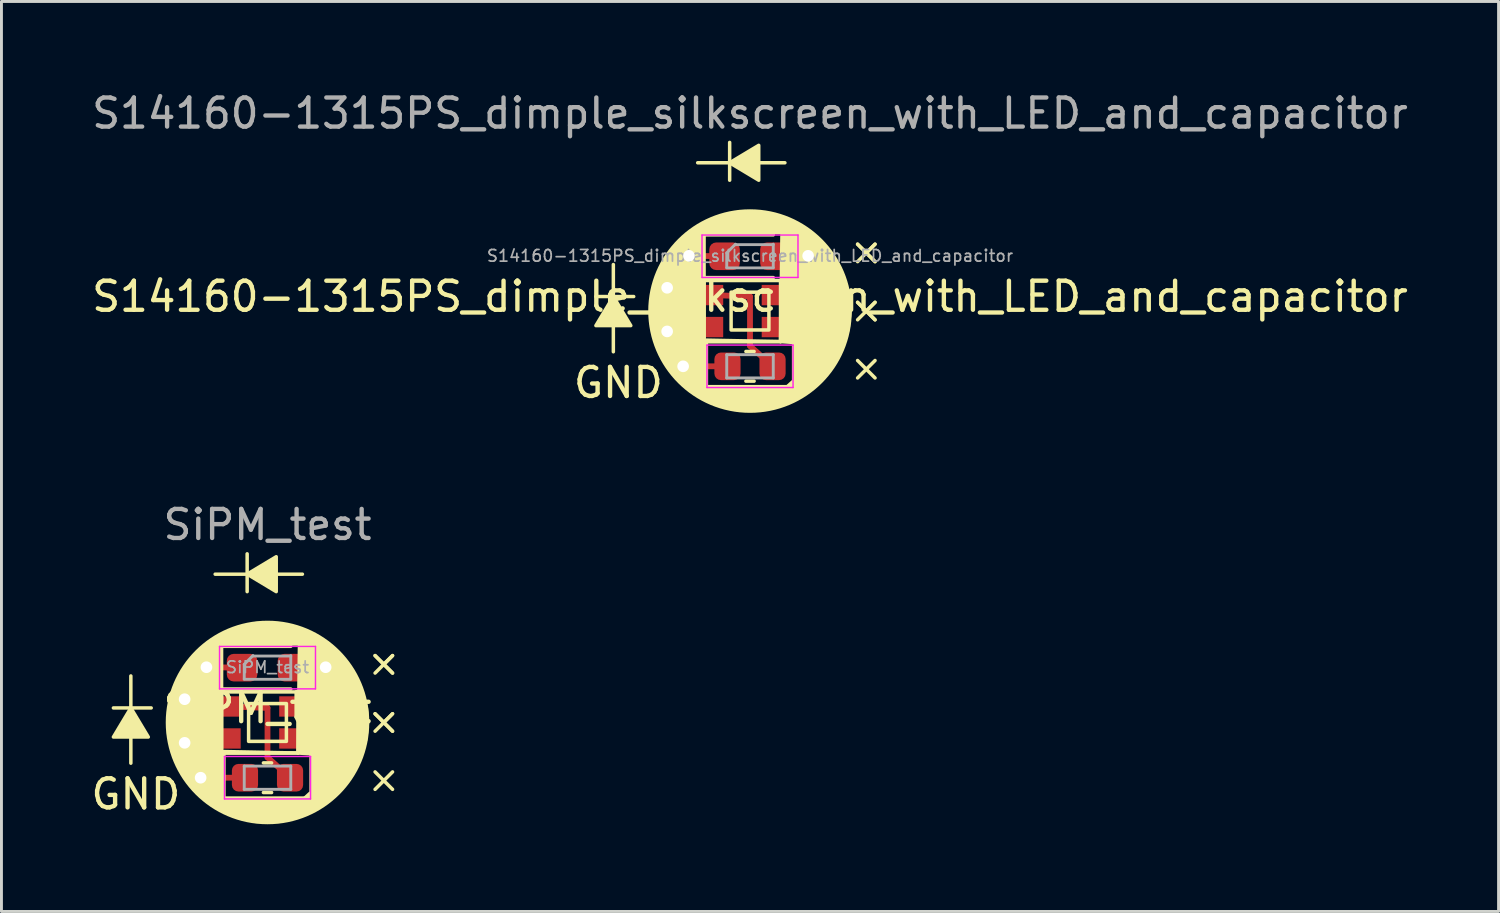
<source format=kicad_pcb>
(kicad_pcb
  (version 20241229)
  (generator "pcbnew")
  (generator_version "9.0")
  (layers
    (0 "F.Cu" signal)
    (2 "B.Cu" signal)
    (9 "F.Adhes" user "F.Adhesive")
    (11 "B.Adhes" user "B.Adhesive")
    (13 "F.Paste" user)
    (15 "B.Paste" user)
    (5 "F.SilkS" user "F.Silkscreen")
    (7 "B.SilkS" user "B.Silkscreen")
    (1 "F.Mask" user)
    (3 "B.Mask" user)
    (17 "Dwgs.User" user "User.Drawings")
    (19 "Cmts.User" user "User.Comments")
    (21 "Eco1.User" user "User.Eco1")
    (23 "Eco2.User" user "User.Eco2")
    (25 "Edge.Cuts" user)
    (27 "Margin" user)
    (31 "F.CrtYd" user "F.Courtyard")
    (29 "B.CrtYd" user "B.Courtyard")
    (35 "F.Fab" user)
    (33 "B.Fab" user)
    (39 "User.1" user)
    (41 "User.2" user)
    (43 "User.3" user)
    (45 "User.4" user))
  (footprint "SiPM_test"
    (layer "F.Cu")
    (at 6.15 21.797)
    (property "Reference" "SiPM_test" (at 0 -0.5 0) (unlocked yes) (layer "F.SilkS") (effects (font (size 1 1) (thickness 0.15))))
    (attr smd)
    (fp_line (start -2.85 -0.8) (end -2.3 -0.55) (stroke (width 0.2) (type default)) (layer "F.Cu"))
    (fp_line (start -2.85 0.7) (end -2.3 0.5) (stroke (width 0.2) (type default)) (layer "F.Cu"))
    (fp_line (start -2.3 -0.55) (end -1.272 -0.55) (stroke (width 0.2) (type default)) (layer "F.Cu"))
    (fp_line (start -2.1 -1.9) (end -0.875 -1.885) (stroke (width 0.2) (type default)) (layer "F.Cu"))
    (fp_line (start -1.272 -0.55) (end 0 -0.5) (stroke (width 0.2) (type default)) (layer "F.Cu"))
    (fp_line (start -1.272 0.5) (end -2.3 0.5) (stroke (width 0.2) (type default)) (layer "F.Cu"))
    (fp_line (start -0.775 1.9) (end -2.3 1.9) (stroke (width 0.2) (type default)) (layer "F.Cu"))
    (fp_line (start 0 -0.5) (end 0 1.2) (stroke (width 0.2) (type default)) (layer "F.Cu"))
    (fp_line (start 0 1.2) (end 0.775 1.9) (stroke (width 0.2) (type default)) (layer "F.Cu"))
    (fp_line (start 0.875 -1.885) (end 2 -1.9) (stroke (width 0.2) (type default)) (layer "F.Cu"))
    (fp_line (start -5.3 -0.5) (end -4 -0.5) (stroke (width 0.12) (type solid)) (layer "F.SilkS"))
    (fp_line (start -4.7 -1.6) (end -4.7 1.4) (stroke (width 0.12) (type solid)) (layer "F.SilkS"))
    (fp_line (start -1.8 -5.1) (end 1.2 -5.1) (stroke (width 0.12) (type solid)) (layer "F.SilkS"))
    (fp_line (start -1.66 -2.62) (end -1.66 -1.15) (stroke (width 0.12) (type solid)) (layer "F.SilkS"))
    (fp_line (start -1.66 -1.15) (end 0.8 -1.15) (stroke (width 0.12) (type solid)) (layer "F.SilkS"))
    (fp_line (start -1.58 1.05) (end -1.58 -1.05) (stroke (width 0.12) (type solid)) (layer "F.SilkS"))
    (fp_line (start -1.58 1.05) (end 1.05 1.05) (stroke (width 0.12) (type solid)) (layer "F.SilkS"))
    (fp_line (start -0.7 -4.5) (end -0.7 -5.8) (stroke (width 0.12) (type solid)) (layer "F.SilkS"))
    (fp_line (start -0.141 1.39) (end 0.141 1.39) (stroke (width 0.12) (type solid)) (layer "F.SilkS"))
    (fp_line (start -0.141 2.41) (end 0.141 2.41) (stroke (width 0.12) (type solid)) (layer "F.SilkS"))
    (fp_line (start 0.8 -2.62) (end -1.66 -2.62) (stroke (width 0.12) (type solid)) (layer "F.SilkS"))
    (fp_line (start 1.05 -1.05) (end -1.58 -1.05) (stroke (width 0.12) (type solid)) (layer "F.SilkS"))
    (fp_line (start 1.05 -1.05) (end 1.05 1.05) (stroke (width 0.12) (type solid)) (layer "F.SilkS"))
    (fp_line (start 3.7 -2.3) (end 4 -2) (stroke (width 0.12) (type solid)) (layer "F.SilkS"))
    (fp_line (start 3.7 -0.3) (end 4 0) (stroke (width 0.12) (type solid)) (layer "F.SilkS"))
    (fp_line (start 4 -2) (end 3.7 -2.3) (stroke (width 0.12) (type solid)) (layer "F.SilkS"))
    (fp_line (start 4 -2) (end 3.7 -1.7) (stroke (width 0.12) (type solid)) (layer "F.SilkS"))
    (fp_line (start 4 -2) (end 4.3 -2.3) (stroke (width 0.12) (type solid)) (layer "F.SilkS"))
    (fp_line (start 4 -2) (end 4.3 -1.7) (stroke (width 0.12) (type solid)) (layer "F.SilkS"))
    (fp_line (start 4 0) (end 3.7 -0.3) (stroke (width 0.12) (type solid)) (layer "F.SilkS"))
    (fp_line (start 4 0) (end 3.7 0.3) (stroke (width 0.12) (type solid)) (layer "F.SilkS"))
    (fp_line (start 4 0) (end 4.3 -0.3) (stroke (width 0.12) (type solid)) (layer "F.SilkS"))
    (fp_line (start 4 0) (end 4.3 0.3) (stroke (width 0.12) (type solid)) (layer "F.SilkS"))
    (fp_line (start 4 2) (end 3.7 1.7) (stroke (width 0.12) (type solid)) (layer "F.SilkS"))
    (fp_line (start 4 2) (end 3.7 2.3) (stroke (width 0.12) (type solid)) (layer "F.SilkS"))
    (fp_line (start 4 2) (end 4.3 1.7) (stroke (width 0.12) (type solid)) (layer "F.SilkS"))
    (fp_line (start 4 2) (end 4.3 2.3) (stroke (width 0.12) (type solid)) (layer "F.SilkS"))
    (fp_line (start 4.3 -2.3) (end 4 -2) (stroke (width 0.12) (type solid)) (layer "F.SilkS"))
    (fp_line (start 4.3 -1.7) (end 4 -2) (stroke (width 0.12) (type solid)) (layer "F.SilkS"))
    (fp_line (start 4.3 -0.3) (end 4 0) (stroke (width 0.12) (type solid)) (layer "F.SilkS"))
    (fp_line (start 4.3 0.3) (end 4 0) (stroke (width 0.12) (type solid)) (layer "F.SilkS"))
    (fp_circle (center 0 0) (end 3.44 0) (stroke (width 0.12) (type solid)) (fill no) (layer "F.SilkS"))
    (fp_poly (pts (xy -4.7 -0.5) (xy -5.3 0.5) (xy -4.1 0.5)) (stroke (width 0.12) (type solid)) (fill yes) (layer "F.SilkS"))
    (fp_poly (pts (xy -0.7 -5.1) (xy 0.3 -4.5) (xy 0.3 -5.7)) (stroke (width 0.12) (type solid)) (fill yes) (layer "F.SilkS"))
    (fp_poly (pts (xy -1.5 2.6) (xy 1.6 2.6) (xy 0.4 3.4) (xy -0.4 3.4)) (stroke (width 0.12) (type solid)) (fill yes) (layer "F.SilkS"))
    (fp_poly (pts (xy -0.65 -0.65) (xy 0.65 -0.65) (xy 0.65 0.65) (xy -0.65 0.65)) (stroke (width 0.12) (type solid)) (fill no) (layer "F.SilkS"))
    (fp_poly (pts (xy 1.05 1.05) (xy 1.8 1.1) (xy 1.7 -1.2) (xy 1.1 -2.7)) (stroke (width 0.12) (type solid)) (fill yes) (layer "F.SilkS"))
    (fp_poly (pts (xy 1.1 -3.2) (xy 1.3 -2.7) (xy -1.6 -2.7) (xy -1.58 -3) (xy -1.1 -3.2) (xy -0.4 -3.4) (xy 0.2 -3.4)) (stroke (width 0.12) (type solid)) (fill yes) (layer "F.SilkS"))
    (fp_poly (pts (xy -1.58 1.05) (xy 1.05 1.05) (xy -1.5 1) (xy -1.5 2.6) (xy -0.4 3.4) (xy -1.2 3.2) (xy -1.6 3) (xy -1.9 2.8) (xy -2.4 2.4) (xy -2.8 1.9) (xy -3.2 1.2) (xy -3.4 0.4) (xy -3.4 -0.2) (xy -3.2 -1.2) (xy -2.8 -1.9) (xy -2.3 -2.5) (xy -1.58 -3)) (stroke (width 0.12) (type solid)) (fill yes) (layer "F.SilkS"))
    (fp_poly (pts (xy 1.6 -3) (xy 2.1 -2.7) (xy 2.5 -2.3) (xy 2.9 -1.8) (xy 3.1 -1.4) (xy 3.2 -1.2) (xy 3.4 -0.5) (xy 3.44 0) (xy 3.375 0.6) (xy 3.2 1.2) (xy 2.8 1.9) (xy 2.2 2.6) (xy 1.6 3) (xy 1.2 3.2) (xy 0.4 3.4) (xy 1.5 2.4) (xy 1.5 1) (xy 1.1 -3.2)) (stroke (width 0.12) (type solid)) (fill yes) (layer "F.SilkS"))
    (fp_line (start -1.65 -2.615) (end 1.65 -2.615) (stroke (width 0.05) (type solid)) (layer "F.CrtYd"))
    (fp_line (start -1.65 -1.155) (end -1.65 -2.615) (stroke (width 0.05) (type solid)) (layer "F.CrtYd"))
    (fp_line (start -1.48 1.17) (end 1.48 1.17) (stroke (width 0.05) (type solid)) (layer "F.CrtYd"))
    (fp_line (start -1.48 2.63) (end -1.48 1.17) (stroke (width 0.05) (type solid)) (layer "F.CrtYd"))
    (fp_line (start 1.48 1.17) (end 1.48 2.63) (stroke (width 0.05) (type solid)) (layer "F.CrtYd"))
    (fp_line (start 1.48 2.63) (end -1.48 2.63) (stroke (width 0.05) (type solid)) (layer "F.CrtYd"))
    (fp_line (start 1.65 -2.615) (end 1.65 -1.155) (stroke (width 0.05) (type solid)) (layer "F.CrtYd"))
    (fp_line (start 1.65 -1.155) (end -1.65 -1.155) (stroke (width 0.05) (type solid)) (layer "F.CrtYd"))
    (fp_line (start -0.8 -2) (end -0.8 -1.5) (stroke (width 0.1) (type solid)) (layer "F.Fab"))
    (fp_line (start -0.8 -1.485) (end 0.8 -1.485) (stroke (width 0.1) (type solid)) (layer "F.Fab"))
    (fp_line (start -0.8 1.5) (end 0.8 1.5) (stroke (width 0.1) (type solid)) (layer "F.Fab"))
    (fp_line (start -0.8 2.3) (end -0.8 1.5) (stroke (width 0.1) (type solid)) (layer "F.Fab"))
    (fp_line (start -0.5 -2.3) (end -0.8 -2) (stroke (width 0.1) (type solid)) (layer "F.Fab"))
    (fp_line (start 0.8 -2.285) (end -0.5 -2.285) (stroke (width 0.1) (type solid)) (layer "F.Fab"))
    (fp_line (start 0.8 -1.5) (end 0.8 -2.3) (stroke (width 0.1) (type solid)) (layer "F.Fab"))
    (fp_line (start 0.8 1.5) (end 0.8 2.3) (stroke (width 0.1) (type solid)) (layer "F.Fab"))
    (fp_line (start 0.8 2.3) (end -0.8 2.3) (stroke (width 0.1) (type solid)) (layer "F.Fab"))
    (fp_text user "GND" (at -6.15 3.05 0) (unlocked yes) (layer "F.SilkS") (effects (font (size 1 1) (thickness 0.15)) (justify left bottom)))
    (fp_text user "${REFERENCE}" (at 0 -1.9 0) (layer "F.Fab") (effects (font (size 0.4 0.4) (thickness 0.06))))
    (fp_text user "${REFERENCE}" (at 0 -6.8 0) (unlocked yes) (layer "F.Fab") (effects (font (size 1 1) (thickness 0.15))))
    (pad "1" smd roundrect (at -0.875 -1.885) (size 1.05 0.95) (layers "F.Cu" "F.Mask" "F.Paste") (roundrect_rratio 0.25))
    (pad "2" smd roundrect (at -0.775 1.9) (size 0.9 0.95) (layers "F.Cu" "F.Mask" "F.Paste") (roundrect_rratio 0.25))
    (pad "3" smd rect (at 0.752 -0.55) (size 0.7 0.7) (layers "F.Cu" "F.Mask" "F.Paste"))
    (pad "4" smd rect (at -1.272 -0.55) (size 0.7 0.7) (layers "F.Cu" "F.Mask" "F.Paste"))
    (pad "5" smd roundrect (at 0.775 1.9) (size 0.9 0.95) (layers "F.Cu" "F.Mask" "F.Paste") (roundrect_rratio 0.25))
    (pad "6" smd roundrect (at 0.875 -1.885) (size 1.05 0.95) (layers "F.Cu" "F.Mask" "F.Paste") (roundrect_rratio 0.25))
    (pad "7" smd rect (at -1.272 0.55) (size 0.7 0.7) (layers "F.Cu" "F.Mask" "F.Paste"))
    (pad "8" smd rect (at 0.752 0.55) (size 0.7 0.7) (layers "F.Cu" "F.Mask" "F.Paste"))
    (pad "9" thru_hole circle (at -2.1 -1.9) (size 0.8 0.8) (drill 0.4) (layers "*.Cu"))
    (pad "10" thru_hole circle (at 2 -1.9) (size 0.8 0.8) (drill 0.4) (layers "*.Cu"))
    (pad "11" thru_hole circle (at -2.85 -0.8) (size 0.8 0.8) (drill 0.4) (layers "*.Cu"))
    (pad "12" thru_hole circle (at -2.85 0.7) (size 0.8 0.8) (drill 0.4) (layers "*.Cu"))
    (pad "13" thru_hole circle (at -2.3 1.9) (size 0.8 0.8) (drill 0.4) (layers "*.Cu")))
  (footprint "S14160-1315PS_dimple_silkscreen_with_LED_and_capacitor"
    (layer "F.Cu")
    (at 22.744 7.648)
    (property "Reference" "S14160-1315PS_dimple_silkscreen_with_LED_and_capacitor" (at 0 -0.5 0) (unlocked yes) (layer "F.SilkS") (effects (font (size 1 1) (thickness 0.15))))
    (attr smd)
    (fp_line (start -2.85 -0.8) (end -2.3 -0.55) (stroke (width 0.2) (type default)) (layer "F.Cu"))
    (fp_line (start -2.85 0.7) (end -2.3 0.5) (stroke (width 0.2) (type default)) (layer "F.Cu"))
    (fp_line (start -2.3 -0.55) (end -1.272 -0.55) (stroke (width 0.2) (type default)) (layer "F.Cu"))
    (fp_line (start -2.1 -1.9) (end -0.875 -1.885) (stroke (width 0.2) (type default)) (layer "F.Cu"))
    (fp_line (start -1.272 -0.55) (end 0 -0.5) (stroke (width 0.2) (type default)) (layer "F.Cu"))
    (fp_line (start -1.272 0.5) (end -2.3 0.5) (stroke (width 0.2) (type default)) (layer "F.Cu"))
    (fp_line (start -0.775 1.9) (end -2.3 1.9) (stroke (width 0.2) (type default)) (layer "F.Cu"))
    (fp_line (start 0 -0.5) (end 0 1.2) (stroke (width 0.2) (type default)) (layer "F.Cu"))
    (fp_line (start 0 1.2) (end 0.775 1.9) (stroke (width 0.2) (type default)) (layer "F.Cu"))
    (fp_line (start 0.875 -1.885) (end 2 -1.9) (stroke (width 0.2) (type default)) (layer "F.Cu"))
    (fp_line (start -5.3 -0.5) (end -4 -0.5) (stroke (width 0.12) (type solid)) (layer "F.SilkS"))
    (fp_line (start -4.7 -1.6) (end -4.7 1.4) (stroke (width 0.12) (type solid)) (layer "F.SilkS"))
    (fp_line (start -1.8 -5.1) (end 1.2 -5.1) (stroke (width 0.12) (type solid)) (layer "F.SilkS"))
    (fp_line (start -1.66 -2.62) (end -1.66 -1.15) (stroke (width 0.12) (type solid)) (layer "F.SilkS"))
    (fp_line (start -1.66 -1.15) (end 0.8 -1.15) (stroke (width 0.12) (type solid)) (layer "F.SilkS"))
    (fp_line (start -1.58 1.05) (end -1.58 -1.05) (stroke (width 0.12) (type solid)) (layer "F.SilkS"))
    (fp_line (start -1.58 1.05) (end 1.05 1.05) (stroke (width 0.12) (type solid)) (layer "F.SilkS"))
    (fp_line (start -0.7 -4.5) (end -0.7 -5.8) (stroke (width 0.12) (type solid)) (layer "F.SilkS"))
    (fp_line (start -0.141 1.39) (end 0.141 1.39) (stroke (width 0.12) (type solid)) (layer "F.SilkS"))
    (fp_line (start -0.141 2.41) (end 0.141 2.41) (stroke (width 0.12) (type solid)) (layer "F.SilkS"))
    (fp_line (start 0.8 -2.62) (end -1.66 -2.62) (stroke (width 0.12) (type solid)) (layer "F.SilkS"))
    (fp_line (start 1.05 -1.05) (end -1.58 -1.05) (stroke (width 0.12) (type solid)) (layer "F.SilkS"))
    (fp_line (start 1.05 -1.05) (end 1.05 1.05) (stroke (width 0.12) (type solid)) (layer "F.SilkS"))
    (fp_line (start 3.7 -2.3) (end 4 -2) (stroke (width 0.12) (type solid)) (layer "F.SilkS"))
    (fp_line (start 3.7 -0.3) (end 4 0) (stroke (width 0.12) (type solid)) (layer "F.SilkS"))
    (fp_line (start 4 -2) (end 3.7 -2.3) (stroke (width 0.12) (type solid)) (layer "F.SilkS"))
    (fp_line (start 4 -2) (end 3.7 -1.7) (stroke (width 0.12) (type solid)) (layer "F.SilkS"))
    (fp_line (start 4 -2) (end 4.3 -2.3) (stroke (width 0.12) (type solid)) (layer "F.SilkS"))
    (fp_line (start 4 -2) (end 4.3 -1.7) (stroke (width 0.12) (type solid)) (layer "F.SilkS"))
    (fp_line (start 4 0) (end 3.7 -0.3) (stroke (width 0.12) (type solid)) (layer "F.SilkS"))
    (fp_line (start 4 0) (end 3.7 0.3) (stroke (width 0.12) (type solid)) (layer "F.SilkS"))
    (fp_line (start 4 0) (end 4.3 -0.3) (stroke (width 0.12) (type solid)) (layer "F.SilkS"))
    (fp_line (start 4 0) (end 4.3 0.3) (stroke (width 0.12) (type solid)) (layer "F.SilkS"))
    (fp_line (start 4 2) (end 3.7 1.7) (stroke (width 0.12) (type solid)) (layer "F.SilkS"))
    (fp_line (start 4 2) (end 3.7 2.3) (stroke (width 0.12) (type solid)) (layer "F.SilkS"))
    (fp_line (start 4 2) (end 4.3 1.7) (stroke (width 0.12) (type solid)) (layer "F.SilkS"))
    (fp_line (start 4 2) (end 4.3 2.3) (stroke (width 0.12) (type solid)) (layer "F.SilkS"))
    (fp_line (start 4.3 -2.3) (end 4 -2) (stroke (width 0.12) (type solid)) (layer "F.SilkS"))
    (fp_line (start 4.3 -1.7) (end 4 -2) (stroke (width 0.12) (type solid)) (layer "F.SilkS"))
    (fp_line (start 4.3 -0.3) (end 4 0) (stroke (width 0.12) (type solid)) (layer "F.SilkS"))
    (fp_line (start 4.3 0.3) (end 4 0) (stroke (width 0.12) (type solid)) (layer "F.SilkS"))
    (fp_rect (start -0.65 -0.65) (end 0.65 0.65) (stroke (width 0.12) (type solid)) (fill no) (layer "F.SilkS"))
    (fp_circle (center 0 0) (end 3.44 0) (stroke (width 0.12) (type solid)) (fill no) (layer "F.SilkS"))
    (fp_poly (pts (xy -4.7 -0.5) (xy -5.3 0.5) (xy -4.1 0.5)) (stroke (width 0.12) (type solid)) (fill yes) (layer "F.SilkS"))
    (fp_poly (pts (xy -0.7 -5.1) (xy 0.3 -4.5) (xy 0.3 -5.7)) (stroke (width 0.12) (type solid)) (fill yes) (layer "F.SilkS"))
    (fp_poly (pts (xy -1.5 2.6) (xy 1.6 2.6) (xy 0.4 3.4) (xy -0.4 3.4)) (stroke (width 0.12) (type solid)) (fill yes) (layer "F.SilkS"))
    (fp_poly (pts (xy 1.05 1.05) (xy 1.8 1.1) (xy 1.7 -1.2) (xy 1.1 -2.7)) (stroke (width 0.12) (type solid)) (fill yes) (layer "F.SilkS"))
    (fp_poly (pts (xy 1.1 -3.2) (xy 1.3 -2.7) (xy -1.6 -2.7) (xy -1.58 -3) (xy -1.1 -3.2) (xy -0.4 -3.4) (xy 0.2 -3.4)) (stroke (width 0.12) (type solid)) (fill yes) (layer "F.SilkS"))
    (fp_poly (pts (xy -1.58 1.05) (xy 1.05 1.05) (xy -1.5 1) (xy -1.5 2.6) (xy -0.4 3.4) (xy -1.2 3.2) (xy -1.6 3) (xy -1.9 2.8) (xy -2.4 2.4) (xy -2.8 1.9) (xy -3.2 1.2) (xy -3.4 0.4) (xy -3.4 -0.2) (xy -3.2 -1.2) (xy -2.8 -1.9) (xy -2.3 -2.5) (xy -1.58 -3)) (stroke (width 0.12) (type solid)) (fill yes) (layer "F.SilkS"))
    (fp_poly (pts (xy 1.6 -3) (xy 2.1 -2.7) (xy 2.5 -2.3) (xy 2.9 -1.8) (xy 3.1 -1.4) (xy 3.2 -1.2) (xy 3.4 -0.5) (xy 3.44 0) (xy 3.375 0.6) (xy 3.2 1.2) (xy 2.8 1.9) (xy 2.2 2.6) (xy 1.6 3) (xy 1.2 3.2) (xy 0.4 3.4) (xy 1.5 2.4) (xy 1.5 1) (xy 1.1 -3.2)) (stroke (width 0.12) (type solid)) (fill yes) (layer "F.SilkS"))
    (fp_line (start -1.65 -2.615) (end 1.65 -2.615) (stroke (width 0.05) (type solid)) (layer "F.CrtYd"))
    (fp_line (start -1.65 -1.155) (end -1.65 -2.615) (stroke (width 0.05) (type solid)) (layer "F.CrtYd"))
    (fp_line (start -1.48 1.17) (end 1.48 1.17) (stroke (width 0.05) (type solid)) (layer "F.CrtYd"))
    (fp_line (start -1.48 2.63) (end -1.48 1.17) (stroke (width 0.05) (type solid)) (layer "F.CrtYd"))
    (fp_line (start 1.48 1.17) (end 1.48 2.63) (stroke (width 0.05) (type solid)) (layer "F.CrtYd"))
    (fp_line (start 1.48 2.63) (end -1.48 2.63) (stroke (width 0.05) (type solid)) (layer "F.CrtYd"))
    (fp_line (start 1.65 -2.615) (end 1.65 -1.155) (stroke (width 0.05) (type solid)) (layer "F.CrtYd"))
    (fp_line (start 1.65 -1.155) (end -1.65 -1.155) (stroke (width 0.05) (type solid)) (layer "F.CrtYd"))
    (fp_line (start -0.8 -2) (end -0.8 -1.5) (stroke (width 0.1) (type solid)) (layer "F.Fab"))
    (fp_line (start -0.8 -1.485) (end 0.8 -1.485) (stroke (width 0.1) (type solid)) (layer "F.Fab"))
    (fp_line (start -0.8 1.5) (end 0.8 1.5) (stroke (width 0.1) (type solid)) (layer "F.Fab"))
    (fp_line (start -0.8 2.3) (end -0.8 1.5) (stroke (width 0.1) (type solid)) (layer "F.Fab"))
    (fp_line (start -0.5 -2.3) (end -0.8 -2) (stroke (width 0.1) (type solid)) (layer "F.Fab"))
    (fp_line (start 0.8 -2.285) (end -0.5 -2.285) (stroke (width 0.1) (type solid)) (layer "F.Fab"))
    (fp_line (start 0.8 -1.5) (end 0.8 -2.3) (stroke (width 0.1) (type solid)) (layer "F.Fab"))
    (fp_line (start 0.8 1.5) (end 0.8 2.3) (stroke (width 0.1) (type solid)) (layer "F.Fab"))
    (fp_line (start 0.8 2.3) (end -0.8 2.3) (stroke (width 0.1) (type solid)) (layer "F.Fab"))
    (fp_text user "GND" (at -6.15 3.05 0) (unlocked yes) (layer "F.SilkS") (effects (font (size 1 1) (thickness 0.15)) (justify left bottom)))
    (fp_text user "${REFERENCE}" (at 0 -6.8 0) (unlocked yes) (layer "F.Fab") (effects (font (size 1 1) (thickness 0.15))))
    (fp_text user "${REFERENCE}" (at 0 -1.9 0) (layer "F.Fab") (effects (font (size 0.4 0.4) (thickness 0.06))))
    (pad "1" smd roundrect (at -0.875 -1.885) (size 1.05 0.95) (layers "F.Cu" "F.Mask" "F.Paste") (roundrect_rratio 0.25))
    (pad "1" smd roundrect (at -0.775 1.9) (size 0.9 0.95) (layers "F.Cu" "F.Mask" "F.Paste") (roundrect_rratio 0.25))
    (pad "1" smd rect (at 0.752 -0.55) (size 0.7 0.7) (layers "F.Cu" "F.Mask" "F.Paste"))
    (pad "2" smd rect (at -1.272 -0.55) (size 0.7 0.7) (layers "F.Cu" "F.Mask" "F.Paste"))
    (pad "2" smd roundrect (at 0.775 1.9) (size 0.9 0.95) (layers "F.Cu" "F.Mask" "F.Paste") (roundrect_rratio 0.25))
    (pad "2" smd roundrect (at 0.875 -1.885) (size 1.05 0.95) (layers "F.Cu" "F.Mask" "F.Paste") (roundrect_rratio 0.25))
    (pad "3" smd rect (at -1.272 0.55) (size 0.7 0.7) (layers "F.Cu" "F.Mask" "F.Paste"))
    (pad "4" smd rect (at 0.752 0.55) (size 0.7 0.7) (layers "F.Cu" "F.Mask" "F.Paste"))
    (pad "5" thru_hole circle (at -2.1 -1.9) (size 0.8 0.8) (drill 0.4) (layers "*.Cu"))
    (pad "6" thru_hole circle (at 2 -1.9) (size 0.8 0.8) (drill 0.4) (layers "*.Cu"))
    (pad "7" thru_hole circle (at -2.85 -0.8) (size 0.8 0.8) (drill 0.4) (layers "*.Cu"))
    (pad "8" thru_hole circle (at -2.85 0.7) (size 0.8 0.8) (drill 0.4) (layers "*.Cu"))
    (pad "9" thru_hole circle (at -2.3 1.9) (size 0.8 0.8) (drill 0.4) (layers "*.Cu")))
  (gr_rect
    (start -3 -3)
    (end 48.488 28.297)
    (stroke (width 0.1) (type default))
    (fill no)
    (layer "Edge.Cuts")))
</source>
